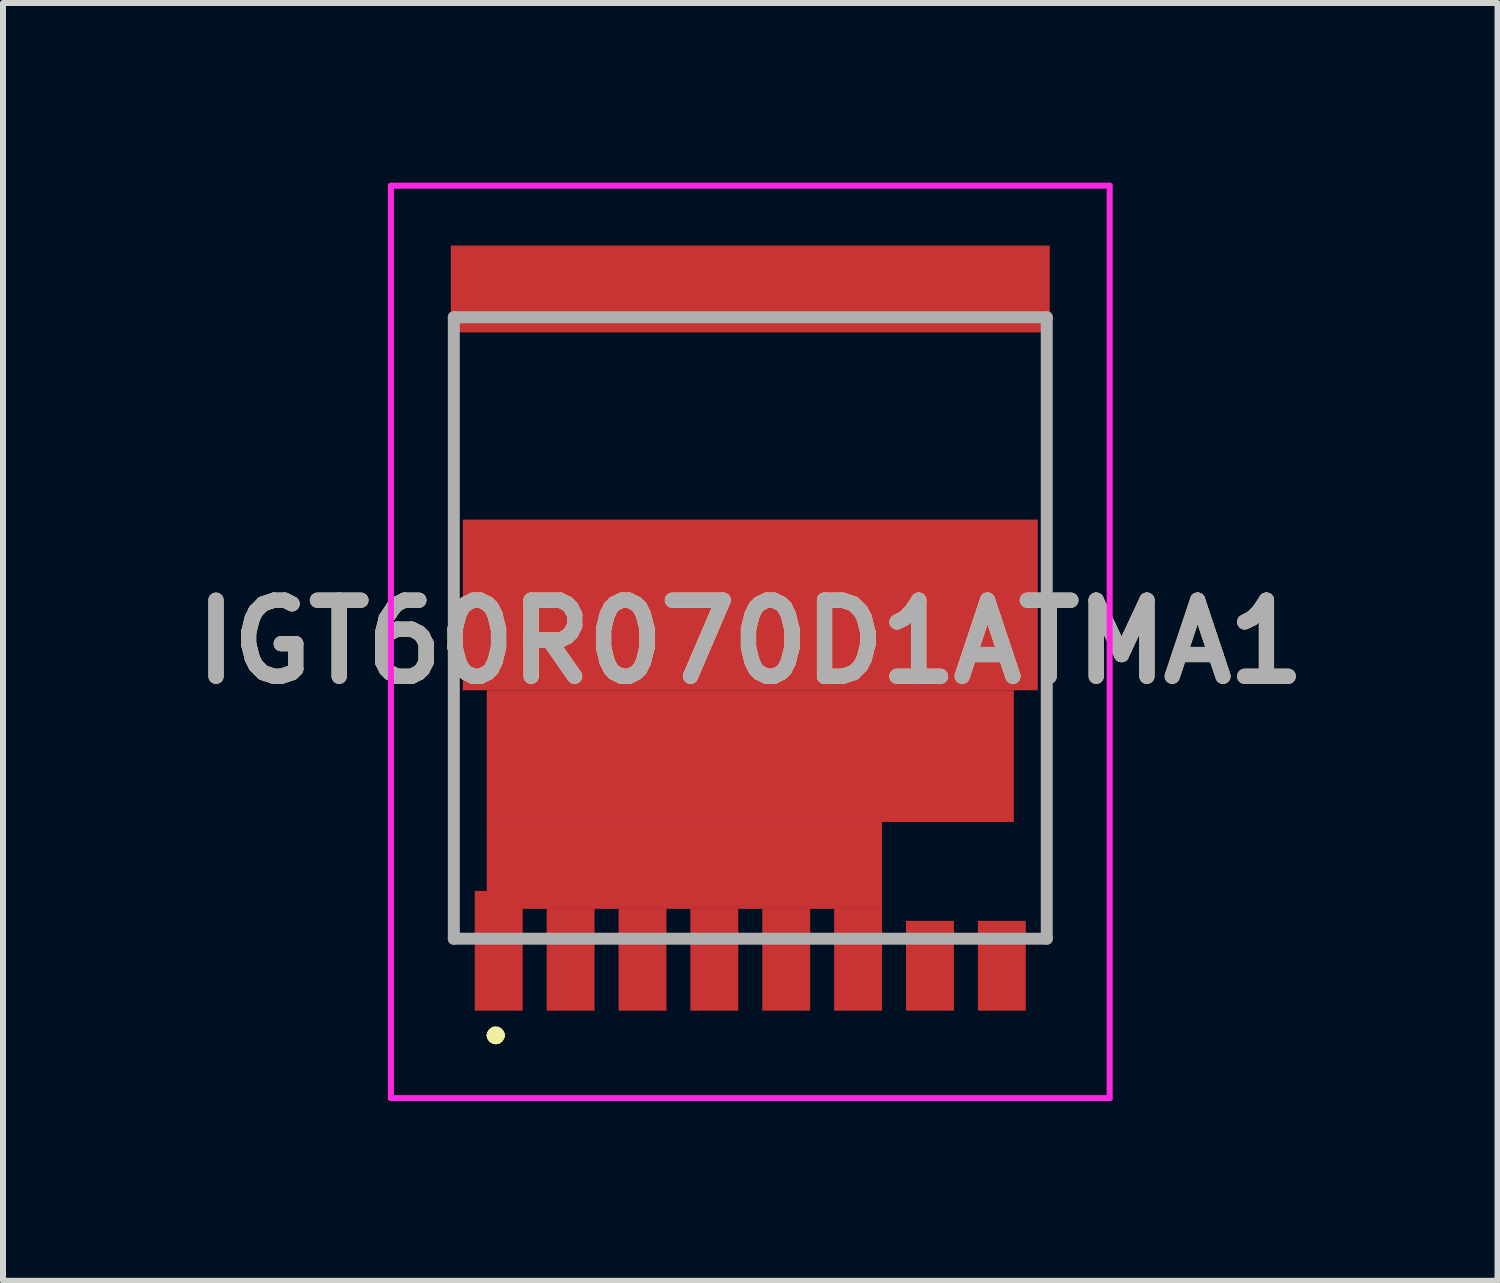
<source format=kicad_pcb>
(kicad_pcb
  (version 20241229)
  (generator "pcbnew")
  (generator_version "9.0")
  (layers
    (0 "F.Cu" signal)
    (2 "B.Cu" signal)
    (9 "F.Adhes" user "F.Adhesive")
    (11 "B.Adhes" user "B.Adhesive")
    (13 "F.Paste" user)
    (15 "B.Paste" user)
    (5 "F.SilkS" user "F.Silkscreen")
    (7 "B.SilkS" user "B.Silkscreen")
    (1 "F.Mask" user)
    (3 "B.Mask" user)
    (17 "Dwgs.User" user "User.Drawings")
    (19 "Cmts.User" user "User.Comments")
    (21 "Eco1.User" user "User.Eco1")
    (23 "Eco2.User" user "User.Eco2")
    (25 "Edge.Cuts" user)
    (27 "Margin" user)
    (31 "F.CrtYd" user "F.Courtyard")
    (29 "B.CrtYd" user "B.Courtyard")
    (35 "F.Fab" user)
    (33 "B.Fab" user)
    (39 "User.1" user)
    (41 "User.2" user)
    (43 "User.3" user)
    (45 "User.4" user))
  (footprint "IGT60R070D1ATMA1"
    (layer "F.Cu")
    (at 9.477 7.435)
    (property "Reference" "IGT60R070D1ATMA1" (at 0 0.232 0) (layer "F.SilkS") (effects (font (size 1.27 1.27) (thickness 0.254))))
    (attr smd)
    (fp_line (start -4.95 -4.6) (end -4.95 -4.6) (stroke (width 0.1) (type solid)) (layer "F.SilkS"))
    (fp_line (start -4.95 -4.6) (end -4.95 -2.2) (stroke (width 0.1) (type solid)) (layer "F.SilkS"))
    (fp_line (start -4.95 -2.2) (end -4.95 -4.6) (stroke (width 0.1) (type solid)) (layer "F.SilkS"))
    (fp_line (start -4.95 -2.2) (end -4.95 -2.2) (stroke (width 0.1) (type solid)) (layer "F.SilkS"))
    (fp_line (start -4.95 1.4) (end -4.95 1.4) (stroke (width 0.1) (type solid)) (layer "F.SilkS"))
    (fp_line (start -4.95 1.4) (end -4.95 5.188) (stroke (width 0.1) (type solid)) (layer "F.SilkS"))
    (fp_line (start -4.95 5.188) (end -4.95 1.4) (stroke (width 0.1) (type solid)) (layer "F.SilkS"))
    (fp_line (start -4.95 5.188) (end -4.95 5.188) (stroke (width 0.1) (type solid)) (layer "F.SilkS"))
    (fp_line (start -4.3 6.8) (end -4.3 6.8) (stroke (width 0.2) (type solid)) (layer "F.SilkS"))
    (fp_line (start -4.3 6.8) (end -4.3 6.8) (stroke (width 0.2) (type solid)) (layer "F.SilkS"))
    (fp_line (start -4.2 6.8) (end -4.2 6.8) (stroke (width 0.2) (type solid)) (layer "F.SilkS"))
    (fp_line (start 4.95 -4.6) (end 4.95 -4.6) (stroke (width 0.1) (type solid)) (layer "F.SilkS"))
    (fp_line (start 4.95 -4.6) (end 4.95 -2.4) (stroke (width 0.1) (type solid)) (layer "F.SilkS"))
    (fp_line (start 4.95 -2.4) (end 4.95 -4.6) (stroke (width 0.1) (type solid)) (layer "F.SilkS"))
    (fp_line (start 4.95 -2.4) (end 4.95 -2.4) (stroke (width 0.1) (type solid)) (layer "F.SilkS"))
    (fp_line (start 4.95 -2.4) (end 4.95 -2.4) (stroke (width 0.1) (type solid)) (layer "F.SilkS"))
    (fp_line (start 4.95 -2.4) (end 4.95 -2.2) (stroke (width 0.1) (type solid)) (layer "F.SilkS"))
    (fp_line (start 4.95 -2.2) (end 4.95 -2.4) (stroke (width 0.1) (type solid)) (layer "F.SilkS"))
    (fp_line (start 4.95 -2.2) (end 4.95 -2.2) (stroke (width 0.1) (type solid)) (layer "F.SilkS"))
    (fp_line (start 4.95 1.4) (end 4.95 1.4) (stroke (width 0.1) (type solid)) (layer "F.SilkS"))
    (fp_line (start 4.95 1.4) (end 4.95 5.188) (stroke (width 0.1) (type solid)) (layer "F.SilkS"))
    (fp_line (start 4.95 5.188) (end 4.95 1.4) (stroke (width 0.1) (type solid)) (layer "F.SilkS"))
    (fp_line (start 4.95 5.188) (end 4.95 5.188) (stroke (width 0.1) (type solid)) (layer "F.SilkS"))
    (fp_arc (start -4.3 6.8) (mid -4.25 6.75) (end -4.2 6.8) (stroke (width 0.2) (type solid)) (layer "F.SilkS"))
    (fp_arc (start -4.2 6.8) (mid -4.25 6.85) (end -4.3 6.8) (stroke (width 0.2) (type solid)) (layer "F.SilkS"))
    (fp_arc (start -4.2 6.8) (mid -4.25 6.85) (end -4.3 6.8) (stroke (width 0.2) (type solid)) (layer "F.SilkS"))
    (fp_line (start -6 -7.385) (end 6 -7.385) (stroke (width 0.1) (type solid)) (layer "F.CrtYd"))
    (fp_line (start -6 7.85) (end -6 -7.385) (stroke (width 0.1) (type solid)) (layer "F.CrtYd"))
    (fp_line (start 6 -7.385) (end 6 7.85) (stroke (width 0.1) (type solid)) (layer "F.CrtYd"))
    (fp_line (start 6 7.85) (end -6 7.85) (stroke (width 0.1) (type solid)) (layer "F.CrtYd"))
    (fp_line (start -4.95 -5.188) (end -4.95 5.188) (stroke (width 0.2) (type solid)) (layer "F.Fab"))
    (fp_line (start -4.95 5.188) (end 4.95 5.188) (stroke (width 0.2) (type solid)) (layer "F.Fab"))
    (fp_line (start 4.95 -5.188) (end -4.95 -5.188) (stroke (width 0.2) (type solid)) (layer "F.Fab"))
    (fp_line (start 4.95 5.188) (end 4.95 -5.188) (stroke (width 0.2) (type solid)) (layer "F.Fab"))
    (fp_text user "${REFERENCE}" (at 0 0.232 0) (layer "F.Fab") (effects (font (size 1.27 1.27) (thickness 0.254))))
    (pad "1" smd rect (at -4.2 5.39) (size 0.8 2) (layers "F.Cu" "F.Mask" "F.Paste"))
    (pad "2" smd rect (at -3 5.54) (size 0.8 1.7) (layers "F.Cu" "F.Mask" "F.Paste"))
    (pad "3" smd rect (at -1.8 5.54) (size 0.8 1.7) (layers "F.Cu" "F.Mask" "F.Paste"))
    (pad "4" smd rect (at -0.6 5.54) (size 0.8 1.7) (layers "F.Cu" "F.Mask" "F.Paste"))
    (pad "5" smd rect (at 0.6 5.54) (size 0.8 1.7) (layers "F.Cu" "F.Mask" "F.Paste"))
    (pad "6" smd rect (at 1.8 5.54) (size 0.8 1.7) (layers "F.Cu" "F.Mask" "F.Paste"))
    (pad "7" smd rect (at 3 5.64) (size 0.8 1.5) (layers "F.Cu" "F.Mask" "F.Paste"))
    (pad "8" smd rect (at 4.2 5.64) (size 0.8 1.5) (layers "F.Cu" "F.Mask" "F.Paste"))
    (pad "9" smd rect (at 0 -5.66 90) (size 1.45 10) (layers "F.Cu" "F.Mask" "F.Paste"))
    (pad "10" smd rect (at 0 -0.385 90) (size 2.85 9.6) (layers "F.Cu" "F.Mask" "F.Paste"))
    (pad "11" smd rect (at 0 2.14 90) (size 2.2 8.8) (layers "F.Cu" "F.Mask" "F.Paste"))
    (pad "12" smd rect (at -1.1 3.965 90) (size 1.45 6.6) (layers "F.Cu" "F.Mask" "F.Paste")))
  (gr_rect
    (start -3 -3)
    (end 21.953 18.335)
    (stroke (width 0.1) (type default))
    (fill no)
    (layer "Edge.Cuts")))
</source>
